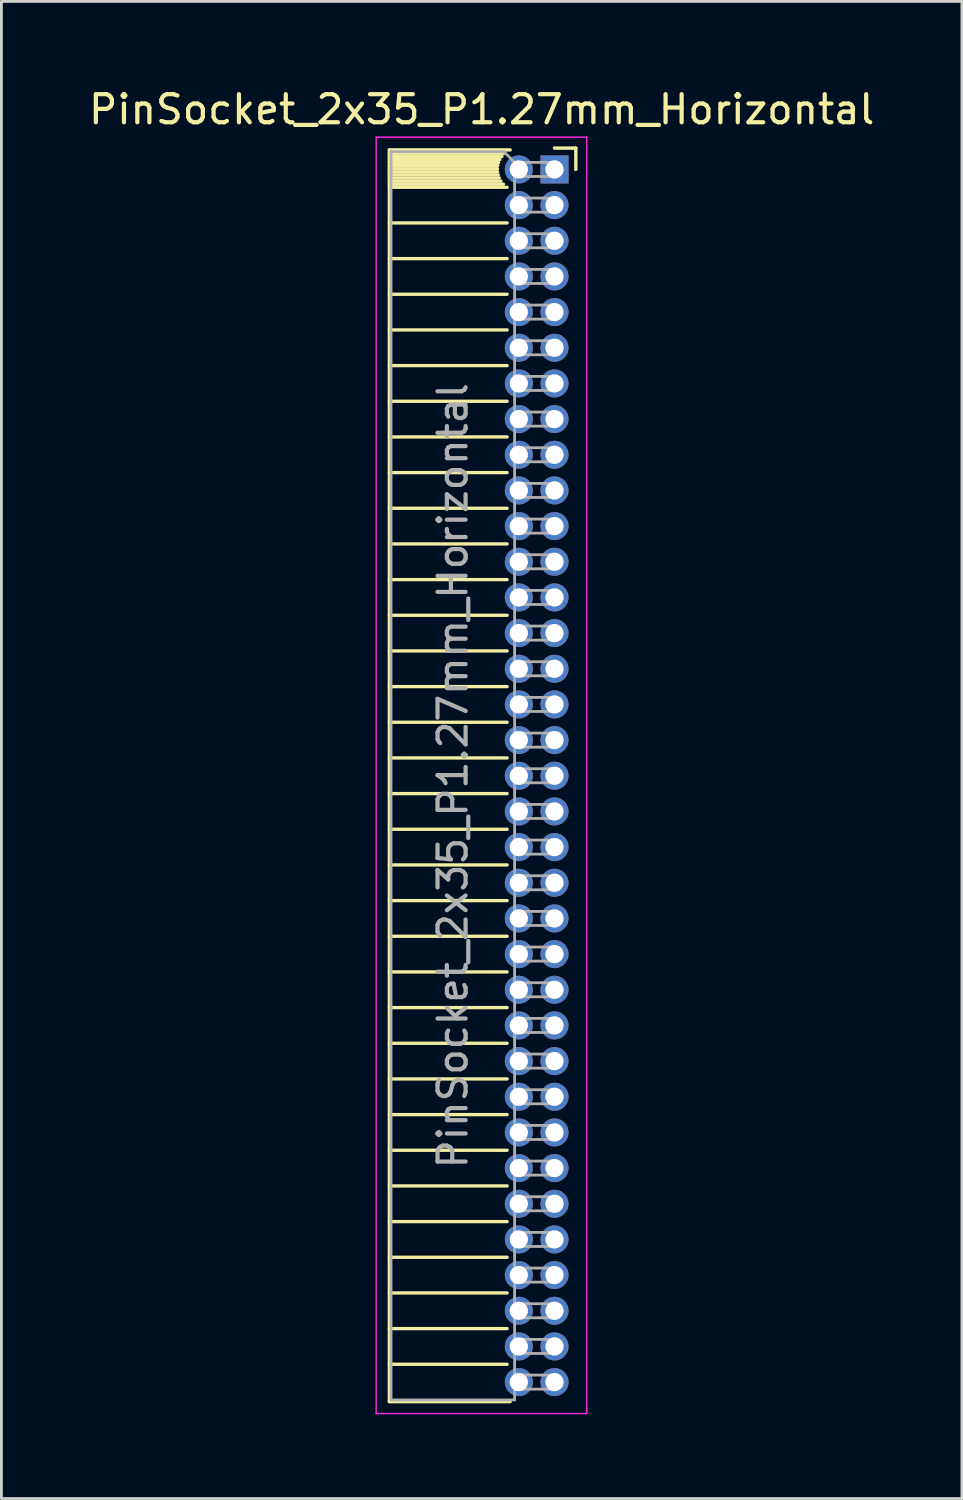
<source format=kicad_pcb>
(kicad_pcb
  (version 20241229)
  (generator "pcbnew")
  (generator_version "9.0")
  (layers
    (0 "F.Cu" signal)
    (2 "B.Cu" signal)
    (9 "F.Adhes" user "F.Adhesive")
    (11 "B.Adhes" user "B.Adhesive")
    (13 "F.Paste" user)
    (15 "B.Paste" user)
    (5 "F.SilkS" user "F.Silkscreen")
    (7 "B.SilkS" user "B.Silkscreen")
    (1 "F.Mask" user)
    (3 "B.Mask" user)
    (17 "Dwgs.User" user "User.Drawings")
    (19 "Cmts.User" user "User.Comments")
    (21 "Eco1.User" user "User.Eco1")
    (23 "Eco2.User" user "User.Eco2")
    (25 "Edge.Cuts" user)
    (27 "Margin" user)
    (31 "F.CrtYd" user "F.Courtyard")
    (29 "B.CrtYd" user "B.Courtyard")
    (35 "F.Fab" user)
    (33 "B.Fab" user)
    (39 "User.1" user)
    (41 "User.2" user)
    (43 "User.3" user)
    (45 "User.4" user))
  (footprint "PinSocket_2x35_P1.27mm_Horizontal"
    (layer "F.Cu")
    (at 16.694 2.983)
    (property "Reference" "PinSocket_2x35_P1.27mm_Horizontal" (at -2.592 -2.135 0) (layer "F.SilkS") (effects (font (size 1 1) (thickness 0.15))))
    (attr through_hole)
    (fp_line (start -5.88 -0.695) (end -5.88 43.875) (stroke (width 0.12) (type solid)) (layer "F.SilkS"))
    (fp_line (start -5.88 -0.695) (end -1.578 -0.695) (stroke (width 0.12) (type solid)) (layer "F.SilkS"))
    (fp_line (start -5.88 -0.575) (end -1.767 -0.575) (stroke (width 0.12) (type solid)) (layer "F.SilkS"))
    (fp_line (start -5.88 -0.465) (end -1.871 -0.465) (stroke (width 0.12) (type solid)) (layer "F.SilkS"))
    (fp_line (start -5.88 -0.355) (end -1.942 -0.355) (stroke (width 0.12) (type solid)) (layer "F.SilkS"))
    (fp_line (start -5.88 -0.245) (end -1.989 -0.245) (stroke (width 0.12) (type solid)) (layer "F.SilkS"))
    (fp_line (start -5.88 -0.135) (end -2.018 -0.135) (stroke (width 0.12) (type solid)) (layer "F.SilkS"))
    (fp_line (start -5.88 -0.025) (end -2.03 -0.025) (stroke (width 0.12) (type solid)) (layer "F.SilkS"))
    (fp_line (start -5.88 0.085) (end -2.025 0.085) (stroke (width 0.12) (type solid)) (layer "F.SilkS"))
    (fp_line (start -5.88 0.195) (end -2.005 0.195) (stroke (width 0.12) (type solid)) (layer "F.SilkS"))
    (fp_line (start -5.88 0.305) (end -1.966 0.305) (stroke (width 0.12) (type solid)) (layer "F.SilkS"))
    (fp_line (start -5.88 0.415) (end -1.907 0.415) (stroke (width 0.12) (type solid)) (layer "F.SilkS"))
    (fp_line (start -5.88 0.525) (end -1.82 0.525) (stroke (width 0.12) (type solid)) (layer "F.SilkS"))
    (fp_line (start -5.88 0.635) (end -1.688 0.635) (stroke (width 0.12) (type solid)) (layer "F.SilkS"))
    (fp_line (start -5.88 1.905) (end -1.688 1.905) (stroke (width 0.12) (type solid)) (layer "F.SilkS"))
    (fp_line (start -5.88 3.175) (end -1.688 3.175) (stroke (width 0.12) (type solid)) (layer "F.SilkS"))
    (fp_line (start -5.88 4.445) (end -1.688 4.445) (stroke (width 0.12) (type solid)) (layer "F.SilkS"))
    (fp_line (start -5.88 5.715) (end -1.688 5.715) (stroke (width 0.12) (type solid)) (layer "F.SilkS"))
    (fp_line (start -5.88 6.985) (end -1.688 6.985) (stroke (width 0.12) (type solid)) (layer "F.SilkS"))
    (fp_line (start -5.88 8.255) (end -1.688 8.255) (stroke (width 0.12) (type solid)) (layer "F.SilkS"))
    (fp_line (start -5.88 9.525) (end -1.688 9.525) (stroke (width 0.12) (type solid)) (layer "F.SilkS"))
    (fp_line (start -5.88 10.795) (end -1.688 10.795) (stroke (width 0.12) (type solid)) (layer "F.SilkS"))
    (fp_line (start -5.88 12.065) (end -1.688 12.065) (stroke (width 0.12) (type solid)) (layer "F.SilkS"))
    (fp_line (start -5.88 13.335) (end -1.688 13.335) (stroke (width 0.12) (type solid)) (layer "F.SilkS"))
    (fp_line (start -5.88 14.605) (end -1.688 14.605) (stroke (width 0.12) (type solid)) (layer "F.SilkS"))
    (fp_line (start -5.88 15.875) (end -1.688 15.875) (stroke (width 0.12) (type solid)) (layer "F.SilkS"))
    (fp_line (start -5.88 17.145) (end -1.688 17.145) (stroke (width 0.12) (type solid)) (layer "F.SilkS"))
    (fp_line (start -5.88 18.415) (end -1.688 18.415) (stroke (width 0.12) (type solid)) (layer "F.SilkS"))
    (fp_line (start -5.88 19.685) (end -1.688 19.685) (stroke (width 0.12) (type solid)) (layer "F.SilkS"))
    (fp_line (start -5.88 20.955) (end -1.688 20.955) (stroke (width 0.12) (type solid)) (layer "F.SilkS"))
    (fp_line (start -5.88 22.225) (end -1.688 22.225) (stroke (width 0.12) (type solid)) (layer "F.SilkS"))
    (fp_line (start -5.88 23.495) (end -1.688 23.495) (stroke (width 0.12) (type solid)) (layer "F.SilkS"))
    (fp_line (start -5.88 24.765) (end -1.688 24.765) (stroke (width 0.12) (type solid)) (layer "F.SilkS"))
    (fp_line (start -5.88 26.035) (end -1.688 26.035) (stroke (width 0.12) (type solid)) (layer "F.SilkS"))
    (fp_line (start -5.88 27.305) (end -1.688 27.305) (stroke (width 0.12) (type solid)) (layer "F.SilkS"))
    (fp_line (start -5.88 28.575) (end -1.688 28.575) (stroke (width 0.12) (type solid)) (layer "F.SilkS"))
    (fp_line (start -5.88 29.845) (end -1.688 29.845) (stroke (width 0.12) (type solid)) (layer "F.SilkS"))
    (fp_line (start -5.88 31.115) (end -1.688 31.115) (stroke (width 0.12) (type solid)) (layer "F.SilkS"))
    (fp_line (start -5.88 32.385) (end -1.688 32.385) (stroke (width 0.12) (type solid)) (layer "F.SilkS"))
    (fp_line (start -5.88 33.655) (end -1.688 33.655) (stroke (width 0.12) (type solid)) (layer "F.SilkS"))
    (fp_line (start -5.88 34.925) (end -1.688 34.925) (stroke (width 0.12) (type solid)) (layer "F.SilkS"))
    (fp_line (start -5.88 36.195) (end -1.688 36.195) (stroke (width 0.12) (type solid)) (layer "F.SilkS"))
    (fp_line (start -5.88 37.465) (end -1.688 37.465) (stroke (width 0.12) (type solid)) (layer "F.SilkS"))
    (fp_line (start -5.88 38.735) (end -1.688 38.735) (stroke (width 0.12) (type solid)) (layer "F.SilkS"))
    (fp_line (start -5.88 40.005) (end -1.688 40.005) (stroke (width 0.12) (type solid)) (layer "F.SilkS"))
    (fp_line (start -5.88 41.275) (end -1.688 41.275) (stroke (width 0.12) (type solid)) (layer "F.SilkS"))
    (fp_line (start -5.88 42.545) (end -1.688 42.545) (stroke (width 0.12) (type solid)) (layer "F.SilkS"))
    (fp_line (start -5.88 43.875) (end -1.578 43.875) (stroke (width 0.12) (type solid)) (layer "F.SilkS"))
    (fp_line (start 0 -0.76) (end 0.76 -0.76) (stroke (width 0.12) (type solid)) (layer "F.SilkS"))
    (fp_line (start 0.76 -0.76) (end 0.76 0) (stroke (width 0.12) (type solid)) (layer "F.SilkS"))
    (fp_line (start -6.35 -1.15) (end -6.35 44.3) (stroke (width 0.05) (type solid)) (layer "F.CrtYd"))
    (fp_line (start -6.35 44.3) (end 1.15 44.3) (stroke (width 0.05) (type solid)) (layer "F.CrtYd"))
    (fp_line (start 1.15 -1.15) (end -6.35 -1.15) (stroke (width 0.05) (type solid)) (layer "F.CrtYd"))
    (fp_line (start 1.15 44.3) (end 1.15 -1.15) (stroke (width 0.05) (type solid)) (layer "F.CrtYd"))
    (fp_line (start -5.82 -0.635) (end -1.805 -0.635) (stroke (width 0.1) (type solid)) (layer "F.Fab"))
    (fp_line (start -5.82 43.815) (end -5.82 -0.635) (stroke (width 0.1) (type solid)) (layer "F.Fab"))
    (fp_line (start -1.805 -0.635) (end -1.42 -0.25) (stroke (width 0.1) (type solid)) (layer "F.Fab"))
    (fp_line (start -1.42 -0.25) (end -1.42 43.815) (stroke (width 0.1) (type solid)) (layer "F.Fab"))
    (fp_line (start -1.42 0.25) (end 0 0.25) (stroke (width 0.1) (type solid)) (layer "F.Fab"))
    (fp_line (start -1.42 1.52) (end 0 1.52) (stroke (width 0.1) (type solid)) (layer "F.Fab"))
    (fp_line (start -1.42 2.79) (end 0 2.79) (stroke (width 0.1) (type solid)) (layer "F.Fab"))
    (fp_line (start -1.42 4.06) (end 0 4.06) (stroke (width 0.1) (type solid)) (layer "F.Fab"))
    (fp_line (start -1.42 5.33) (end 0 5.33) (stroke (width 0.1) (type solid)) (layer "F.Fab"))
    (fp_line (start -1.42 6.6) (end 0 6.6) (stroke (width 0.1) (type solid)) (layer "F.Fab"))
    (fp_line (start -1.42 7.87) (end 0 7.87) (stroke (width 0.1) (type solid)) (layer "F.Fab"))
    (fp_line (start -1.42 9.14) (end 0 9.14) (stroke (width 0.1) (type solid)) (layer "F.Fab"))
    (fp_line (start -1.42 10.41) (end 0 10.41) (stroke (width 0.1) (type solid)) (layer "F.Fab"))
    (fp_line (start -1.42 11.68) (end 0 11.68) (stroke (width 0.1) (type solid)) (layer "F.Fab"))
    (fp_line (start -1.42 12.95) (end 0 12.95) (stroke (width 0.1) (type solid)) (layer "F.Fab"))
    (fp_line (start -1.42 14.22) (end 0 14.22) (stroke (width 0.1) (type solid)) (layer "F.Fab"))
    (fp_line (start -1.42 15.49) (end 0 15.49) (stroke (width 0.1) (type solid)) (layer "F.Fab"))
    (fp_line (start -1.42 16.76) (end 0 16.76) (stroke (width 0.1) (type solid)) (layer "F.Fab"))
    (fp_line (start -1.42 18.03) (end 0 18.03) (stroke (width 0.1) (type solid)) (layer "F.Fab"))
    (fp_line (start -1.42 19.3) (end 0 19.3) (stroke (width 0.1) (type solid)) (layer "F.Fab"))
    (fp_line (start -1.42 20.57) (end 0 20.57) (stroke (width 0.1) (type solid)) (layer "F.Fab"))
    (fp_line (start -1.42 21.84) (end 0 21.84) (stroke (width 0.1) (type solid)) (layer "F.Fab"))
    (fp_line (start -1.42 23.11) (end 0 23.11) (stroke (width 0.1) (type solid)) (layer "F.Fab"))
    (fp_line (start -1.42 24.38) (end 0 24.38) (stroke (width 0.1) (type solid)) (layer "F.Fab"))
    (fp_line (start -1.42 25.65) (end 0 25.65) (stroke (width 0.1) (type solid)) (layer "F.Fab"))
    (fp_line (start -1.42 26.92) (end 0 26.92) (stroke (width 0.1) (type solid)) (layer "F.Fab"))
    (fp_line (start -1.42 28.19) (end 0 28.19) (stroke (width 0.1) (type solid)) (layer "F.Fab"))
    (fp_line (start -1.42 29.46) (end 0 29.46) (stroke (width 0.1) (type solid)) (layer "F.Fab"))
    (fp_line (start -1.42 30.73) (end 0 30.73) (stroke (width 0.1) (type solid)) (layer "F.Fab"))
    (fp_line (start -1.42 32) (end 0 32) (stroke (width 0.1) (type solid)) (layer "F.Fab"))
    (fp_line (start -1.42 33.27) (end 0 33.27) (stroke (width 0.1) (type solid)) (layer "F.Fab"))
    (fp_line (start -1.42 34.54) (end 0 34.54) (stroke (width 0.1) (type solid)) (layer "F.Fab"))
    (fp_line (start -1.42 35.81) (end 0 35.81) (stroke (width 0.1) (type solid)) (layer "F.Fab"))
    (fp_line (start -1.42 37.08) (end 0 37.08) (stroke (width 0.1) (type solid)) (layer "F.Fab"))
    (fp_line (start -1.42 38.35) (end 0 38.35) (stroke (width 0.1) (type solid)) (layer "F.Fab"))
    (fp_line (start -1.42 39.62) (end 0 39.62) (stroke (width 0.1) (type solid)) (layer "F.Fab"))
    (fp_line (start -1.42 40.89) (end 0 40.89) (stroke (width 0.1) (type solid)) (layer "F.Fab"))
    (fp_line (start -1.42 42.16) (end 0 42.16) (stroke (width 0.1) (type solid)) (layer "F.Fab"))
    (fp_line (start -1.42 43.43) (end 0 43.43) (stroke (width 0.1) (type solid)) (layer "F.Fab"))
    (fp_line (start -1.42 43.815) (end -5.82 43.815) (stroke (width 0.1) (type solid)) (layer "F.Fab"))
    (fp_line (start 0 -0.25) (end -1.42 -0.25) (stroke (width 0.1) (type solid)) (layer "F.Fab"))
    (fp_line (start 0 0.25) (end 0 -0.25) (stroke (width 0.1) (type solid)) (layer "F.Fab"))
    (fp_line (start 0 1.02) (end -1.42 1.02) (stroke (width 0.1) (type solid)) (layer "F.Fab"))
    (fp_line (start 0 1.52) (end 0 1.02) (stroke (width 0.1) (type solid)) (layer "F.Fab"))
    (fp_line (start 0 2.29) (end -1.42 2.29) (stroke (width 0.1) (type solid)) (layer "F.Fab"))
    (fp_line (start 0 2.79) (end 0 2.29) (stroke (width 0.1) (type solid)) (layer "F.Fab"))
    (fp_line (start 0 3.56) (end -1.42 3.56) (stroke (width 0.1) (type solid)) (layer "F.Fab"))
    (fp_line (start 0 4.06) (end 0 3.56) (stroke (width 0.1) (type solid)) (layer "F.Fab"))
    (fp_line (start 0 4.83) (end -1.42 4.83) (stroke (width 0.1) (type solid)) (layer "F.Fab"))
    (fp_line (start 0 5.33) (end 0 4.83) (stroke (width 0.1) (type solid)) (layer "F.Fab"))
    (fp_line (start 0 6.1) (end -1.42 6.1) (stroke (width 0.1) (type solid)) (layer "F.Fab"))
    (fp_line (start 0 6.6) (end 0 6.1) (stroke (width 0.1) (type solid)) (layer "F.Fab"))
    (fp_line (start 0 7.37) (end -1.42 7.37) (stroke (width 0.1) (type solid)) (layer "F.Fab"))
    (fp_line (start 0 7.87) (end 0 7.37) (stroke (width 0.1) (type solid)) (layer "F.Fab"))
    (fp_line (start 0 8.64) (end -1.42 8.64) (stroke (width 0.1) (type solid)) (layer "F.Fab"))
    (fp_line (start 0 9.14) (end 0 8.64) (stroke (width 0.1) (type solid)) (layer "F.Fab"))
    (fp_line (start 0 9.91) (end -1.42 9.91) (stroke (width 0.1) (type solid)) (layer "F.Fab"))
    (fp_line (start 0 10.41) (end 0 9.91) (stroke (width 0.1) (type solid)) (layer "F.Fab"))
    (fp_line (start 0 11.18) (end -1.42 11.18) (stroke (width 0.1) (type solid)) (layer "F.Fab"))
    (fp_line (start 0 11.68) (end 0 11.18) (stroke (width 0.1) (type solid)) (layer "F.Fab"))
    (fp_line (start 0 12.45) (end -1.42 12.45) (stroke (width 0.1) (type solid)) (layer "F.Fab"))
    (fp_line (start 0 12.95) (end 0 12.45) (stroke (width 0.1) (type solid)) (layer "F.Fab"))
    (fp_line (start 0 13.72) (end -1.42 13.72) (stroke (width 0.1) (type solid)) (layer "F.Fab"))
    (fp_line (start 0 14.22) (end 0 13.72) (stroke (width 0.1) (type solid)) (layer "F.Fab"))
    (fp_line (start 0 14.99) (end -1.42 14.99) (stroke (width 0.1) (type solid)) (layer "F.Fab"))
    (fp_line (start 0 15.49) (end 0 14.99) (stroke (width 0.1) (type solid)) (layer "F.Fab"))
    (fp_line (start 0 16.26) (end -1.42 16.26) (stroke (width 0.1) (type solid)) (layer "F.Fab"))
    (fp_line (start 0 16.76) (end 0 16.26) (stroke (width 0.1) (type solid)) (layer "F.Fab"))
    (fp_line (start 0 17.53) (end -1.42 17.53) (stroke (width 0.1) (type solid)) (layer "F.Fab"))
    (fp_line (start 0 18.03) (end 0 17.53) (stroke (width 0.1) (type solid)) (layer "F.Fab"))
    (fp_line (start 0 18.8) (end -1.42 18.8) (stroke (width 0.1) (type solid)) (layer "F.Fab"))
    (fp_line (start 0 19.3) (end 0 18.8) (stroke (width 0.1) (type solid)) (layer "F.Fab"))
    (fp_line (start 0 20.07) (end -1.42 20.07) (stroke (width 0.1) (type solid)) (layer "F.Fab"))
    (fp_line (start 0 20.57) (end 0 20.07) (stroke (width 0.1) (type solid)) (layer "F.Fab"))
    (fp_line (start 0 21.34) (end -1.42 21.34) (stroke (width 0.1) (type solid)) (layer "F.Fab"))
    (fp_line (start 0 21.84) (end 0 21.34) (stroke (width 0.1) (type solid)) (layer "F.Fab"))
    (fp_line (start 0 22.61) (end -1.42 22.61) (stroke (width 0.1) (type solid)) (layer "F.Fab"))
    (fp_line (start 0 23.11) (end 0 22.61) (stroke (width 0.1) (type solid)) (layer "F.Fab"))
    (fp_line (start 0 23.88) (end -1.42 23.88) (stroke (width 0.1) (type solid)) (layer "F.Fab"))
    (fp_line (start 0 24.38) (end 0 23.88) (stroke (width 0.1) (type solid)) (layer "F.Fab"))
    (fp_line (start 0 25.15) (end -1.42 25.15) (stroke (width 0.1) (type solid)) (layer "F.Fab"))
    (fp_line (start 0 25.65) (end 0 25.15) (stroke (width 0.1) (type solid)) (layer "F.Fab"))
    (fp_line (start 0 26.42) (end -1.42 26.42) (stroke (width 0.1) (type solid)) (layer "F.Fab"))
    (fp_line (start 0 26.92) (end 0 26.42) (stroke (width 0.1) (type solid)) (layer "F.Fab"))
    (fp_line (start 0 27.69) (end -1.42 27.69) (stroke (width 0.1) (type solid)) (layer "F.Fab"))
    (fp_line (start 0 28.19) (end 0 27.69) (stroke (width 0.1) (type solid)) (layer "F.Fab"))
    (fp_line (start 0 28.96) (end -1.42 28.96) (stroke (width 0.1) (type solid)) (layer "F.Fab"))
    (fp_line (start 0 29.46) (end 0 28.96) (stroke (width 0.1) (type solid)) (layer "F.Fab"))
    (fp_line (start 0 30.23) (end -1.42 30.23) (stroke (width 0.1) (type solid)) (layer "F.Fab"))
    (fp_line (start 0 30.73) (end 0 30.23) (stroke (width 0.1) (type solid)) (layer "F.Fab"))
    (fp_line (start 0 31.5) (end -1.42 31.5) (stroke (width 0.1) (type solid)) (layer "F.Fab"))
    (fp_line (start 0 32) (end 0 31.5) (stroke (width 0.1) (type solid)) (layer "F.Fab"))
    (fp_line (start 0 32.77) (end -1.42 32.77) (stroke (width 0.1) (type solid)) (layer "F.Fab"))
    (fp_line (start 0 33.27) (end 0 32.77) (stroke (width 0.1) (type solid)) (layer "F.Fab"))
    (fp_line (start 0 34.04) (end -1.42 34.04) (stroke (width 0.1) (type solid)) (layer "F.Fab"))
    (fp_line (start 0 34.54) (end 0 34.04) (stroke (width 0.1) (type solid)) (layer "F.Fab"))
    (fp_line (start 0 35.31) (end -1.42 35.31) (stroke (width 0.1) (type solid)) (layer "F.Fab"))
    (fp_line (start 0 35.81) (end 0 35.31) (stroke (width 0.1) (type solid)) (layer "F.Fab"))
    (fp_line (start 0 36.58) (end -1.42 36.58) (stroke (width 0.1) (type solid)) (layer "F.Fab"))
    (fp_line (start 0 37.08) (end 0 36.58) (stroke (width 0.1) (type solid)) (layer "F.Fab"))
    (fp_line (start 0 37.85) (end -1.42 37.85) (stroke (width 0.1) (type solid)) (layer "F.Fab"))
    (fp_line (start 0 38.35) (end 0 37.85) (stroke (width 0.1) (type solid)) (layer "F.Fab"))
    (fp_line (start 0 39.12) (end -1.42 39.12) (stroke (width 0.1) (type solid)) (layer "F.Fab"))
    (fp_line (start 0 39.62) (end 0 39.12) (stroke (width 0.1) (type solid)) (layer "F.Fab"))
    (fp_line (start 0 40.39) (end -1.42 40.39) (stroke (width 0.1) (type solid)) (layer "F.Fab"))
    (fp_line (start 0 40.89) (end 0 40.39) (stroke (width 0.1) (type solid)) (layer "F.Fab"))
    (fp_line (start 0 41.66) (end -1.42 41.66) (stroke (width 0.1) (type solid)) (layer "F.Fab"))
    (fp_line (start 0 42.16) (end 0 41.66) (stroke (width 0.1) (type solid)) (layer "F.Fab"))
    (fp_line (start 0 42.93) (end -1.42 42.93) (stroke (width 0.1) (type solid)) (layer "F.Fab"))
    (fp_line (start 0 43.43) (end 0 42.93) (stroke (width 0.1) (type solid)) (layer "F.Fab"))
    (fp_text user "${REFERENCE}" (at -3.62 21.59 90) (layer "F.Fab") (effects (font (size 1 1) (thickness 0.15))))
    (pad "1" thru_hole rect (at 0 0) (size 1 1) (drill 0.65) (layers "*.Cu" "*.Mask"))
    (pad "2" thru_hole oval (at -1.27 0) (size 1 1) (drill 0.65) (layers "*.Cu" "*.Mask"))
    (pad "3" thru_hole oval (at 0 1.27) (size 1 1) (drill 0.65) (layers "*.Cu" "*.Mask"))
    (pad "4" thru_hole oval (at -1.27 1.27) (size 1 1) (drill 0.65) (layers "*.Cu" "*.Mask"))
    (pad "5" thru_hole oval (at 0 2.54) (size 1 1) (drill 0.65) (layers "*.Cu" "*.Mask"))
    (pad "6" thru_hole oval (at -1.27 2.54) (size 1 1) (drill 0.65) (layers "*.Cu" "*.Mask"))
    (pad "7" thru_hole oval (at 0 3.81) (size 1 1) (drill 0.65) (layers "*.Cu" "*.Mask"))
    (pad "8" thru_hole oval (at -1.27 3.81) (size 1 1) (drill 0.65) (layers "*.Cu" "*.Mask"))
    (pad "9" thru_hole oval (at 0 5.08) (size 1 1) (drill 0.65) (layers "*.Cu" "*.Mask"))
    (pad "10" thru_hole oval (at -1.27 5.08) (size 1 1) (drill 0.65) (layers "*.Cu" "*.Mask"))
    (pad "11" thru_hole oval (at 0 6.35) (size 1 1) (drill 0.65) (layers "*.Cu" "*.Mask"))
    (pad "12" thru_hole oval (at -1.27 6.35) (size 1 1) (drill 0.65) (layers "*.Cu" "*.Mask"))
    (pad "13" thru_hole oval (at 0 7.62) (size 1 1) (drill 0.65) (layers "*.Cu" "*.Mask"))
    (pad "14" thru_hole oval (at -1.27 7.62) (size 1 1) (drill 0.65) (layers "*.Cu" "*.Mask"))
    (pad "15" thru_hole oval (at 0 8.89) (size 1 1) (drill 0.65) (layers "*.Cu" "*.Mask"))
    (pad "16" thru_hole oval (at -1.27 8.89) (size 1 1) (drill 0.65) (layers "*.Cu" "*.Mask"))
    (pad "17" thru_hole oval (at 0 10.16) (size 1 1) (drill 0.65) (layers "*.Cu" "*.Mask"))
    (pad "18" thru_hole oval (at -1.27 10.16) (size 1 1) (drill 0.65) (layers "*.Cu" "*.Mask"))
    (pad "19" thru_hole oval (at 0 11.43) (size 1 1) (drill 0.65) (layers "*.Cu" "*.Mask"))
    (pad "20" thru_hole oval (at -1.27 11.43) (size 1 1) (drill 0.65) (layers "*.Cu" "*.Mask"))
    (pad "21" thru_hole oval (at 0 12.7) (size 1 1) (drill 0.65) (layers "*.Cu" "*.Mask"))
    (pad "22" thru_hole oval (at -1.27 12.7) (size 1 1) (drill 0.65) (layers "*.Cu" "*.Mask"))
    (pad "23" thru_hole oval (at 0 13.97) (size 1 1) (drill 0.65) (layers "*.Cu" "*.Mask"))
    (pad "24" thru_hole oval (at -1.27 13.97) (size 1 1) (drill 0.65) (layers "*.Cu" "*.Mask"))
    (pad "25" thru_hole oval (at 0 15.24) (size 1 1) (drill 0.65) (layers "*.Cu" "*.Mask"))
    (pad "26" thru_hole oval (at -1.27 15.24) (size 1 1) (drill 0.65) (layers "*.Cu" "*.Mask"))
    (pad "27" thru_hole oval (at 0 16.51) (size 1 1) (drill 0.65) (layers "*.Cu" "*.Mask"))
    (pad "28" thru_hole oval (at -1.27 16.51) (size 1 1) (drill 0.65) (layers "*.Cu" "*.Mask"))
    (pad "29" thru_hole oval (at 0 17.78) (size 1 1) (drill 0.65) (layers "*.Cu" "*.Mask"))
    (pad "30" thru_hole oval (at -1.27 17.78) (size 1 1) (drill 0.65) (layers "*.Cu" "*.Mask"))
    (pad "31" thru_hole oval (at 0 19.05) (size 1 1) (drill 0.65) (layers "*.Cu" "*.Mask"))
    (pad "32" thru_hole oval (at -1.27 19.05) (size 1 1) (drill 0.65) (layers "*.Cu" "*.Mask"))
    (pad "33" thru_hole oval (at 0 20.32) (size 1 1) (drill 0.65) (layers "*.Cu" "*.Mask"))
    (pad "34" thru_hole oval (at -1.27 20.32) (size 1 1) (drill 0.65) (layers "*.Cu" "*.Mask"))
    (pad "35" thru_hole oval (at 0 21.59) (size 1 1) (drill 0.65) (layers "*.Cu" "*.Mask"))
    (pad "36" thru_hole oval (at -1.27 21.59) (size 1 1) (drill 0.65) (layers "*.Cu" "*.Mask"))
    (pad "37" thru_hole oval (at 0 22.86) (size 1 1) (drill 0.65) (layers "*.Cu" "*.Mask"))
    (pad "38" thru_hole oval (at -1.27 22.86) (size 1 1) (drill 0.65) (layers "*.Cu" "*.Mask"))
    (pad "39" thru_hole oval (at 0 24.13) (size 1 1) (drill 0.65) (layers "*.Cu" "*.Mask"))
    (pad "40" thru_hole oval (at -1.27 24.13) (size 1 1) (drill 0.65) (layers "*.Cu" "*.Mask"))
    (pad "41" thru_hole oval (at 0 25.4) (size 1 1) (drill 0.65) (layers "*.Cu" "*.Mask"))
    (pad "42" thru_hole oval (at -1.27 25.4) (size 1 1) (drill 0.65) (layers "*.Cu" "*.Mask"))
    (pad "43" thru_hole oval (at 0 26.67) (size 1 1) (drill 0.65) (layers "*.Cu" "*.Mask"))
    (pad "44" thru_hole oval (at -1.27 26.67) (size 1 1) (drill 0.65) (layers "*.Cu" "*.Mask"))
    (pad "45" thru_hole oval (at 0 27.94) (size 1 1) (drill 0.65) (layers "*.Cu" "*.Mask"))
    (pad "46" thru_hole oval (at -1.27 27.94) (size 1 1) (drill 0.65) (layers "*.Cu" "*.Mask"))
    (pad "47" thru_hole oval (at 0 29.21) (size 1 1) (drill 0.65) (layers "*.Cu" "*.Mask"))
    (pad "48" thru_hole oval (at -1.27 29.21) (size 1 1) (drill 0.65) (layers "*.Cu" "*.Mask"))
    (pad "49" thru_hole oval (at 0 30.48) (size 1 1) (drill 0.65) (layers "*.Cu" "*.Mask"))
    (pad "50" thru_hole oval (at -1.27 30.48) (size 1 1) (drill 0.65) (layers "*.Cu" "*.Mask"))
    (pad "51" thru_hole oval (at 0 31.75) (size 1 1) (drill 0.65) (layers "*.Cu" "*.Mask"))
    (pad "52" thru_hole oval (at -1.27 31.75) (size 1 1) (drill 0.65) (layers "*.Cu" "*.Mask"))
    (pad "53" thru_hole oval (at 0 33.02) (size 1 1) (drill 0.65) (layers "*.Cu" "*.Mask"))
    (pad "54" thru_hole oval (at -1.27 33.02) (size 1 1) (drill 0.65) (layers "*.Cu" "*.Mask"))
    (pad "55" thru_hole oval (at 0 34.29) (size 1 1) (drill 0.65) (layers "*.Cu" "*.Mask"))
    (pad "56" thru_hole oval (at -1.27 34.29) (size 1 1) (drill 0.65) (layers "*.Cu" "*.Mask"))
    (pad "57" thru_hole oval (at 0 35.56) (size 1 1) (drill 0.65) (layers "*.Cu" "*.Mask"))
    (pad "58" thru_hole oval (at -1.27 35.56) (size 1 1) (drill 0.65) (layers "*.Cu" "*.Mask"))
    (pad "59" thru_hole oval (at 0 36.83) (size 1 1) (drill 0.65) (layers "*.Cu" "*.Mask"))
    (pad "60" thru_hole oval (at -1.27 36.83) (size 1 1) (drill 0.65) (layers "*.Cu" "*.Mask"))
    (pad "61" thru_hole oval (at 0 38.1) (size 1 1) (drill 0.65) (layers "*.Cu" "*.Mask"))
    (pad "62" thru_hole oval (at -1.27 38.1) (size 1 1) (drill 0.65) (layers "*.Cu" "*.Mask"))
    (pad "63" thru_hole oval (at 0 39.37) (size 1 1) (drill 0.65) (layers "*.Cu" "*.Mask"))
    (pad "64" thru_hole oval (at -1.27 39.37) (size 1 1) (drill 0.65) (layers "*.Cu" "*.Mask"))
    (pad "65" thru_hole oval (at 0 40.64) (size 1 1) (drill 0.65) (layers "*.Cu" "*.Mask"))
    (pad "66" thru_hole oval (at -1.27 40.64) (size 1 1) (drill 0.65) (layers "*.Cu" "*.Mask"))
    (pad "67" thru_hole oval (at 0 41.91) (size 1 1) (drill 0.65) (layers "*.Cu" "*.Mask"))
    (pad "68" thru_hole oval (at -1.27 41.91) (size 1 1) (drill 0.65) (layers "*.Cu" "*.Mask"))
    (pad "69" thru_hole oval (at 0 43.18) (size 1 1) (drill 0.65) (layers "*.Cu" "*.Mask"))
    (pad "70" thru_hole oval (at -1.27 43.18) (size 1 1) (drill 0.65) (layers "*.Cu" "*.Mask")))
  (gr_rect
    (start -3 -3)
    (end 31.202 50.308)
    (stroke (width 0.1) (type default))
    (fill no)
    (layer "Edge.Cuts")))
</source>
